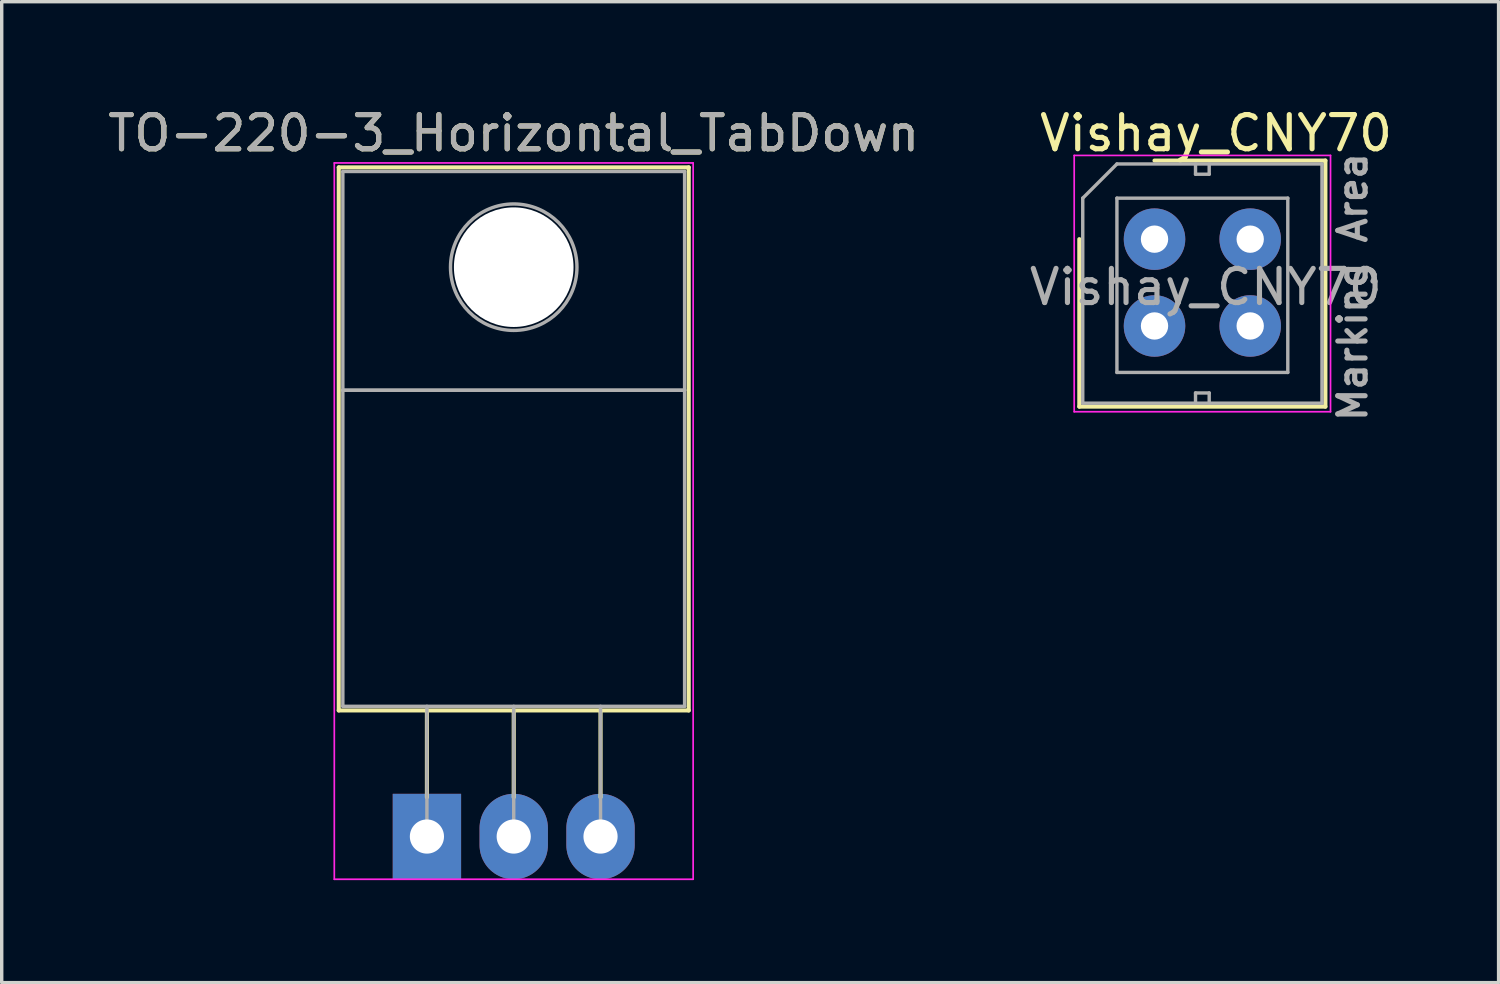
<source format=kicad_pcb>
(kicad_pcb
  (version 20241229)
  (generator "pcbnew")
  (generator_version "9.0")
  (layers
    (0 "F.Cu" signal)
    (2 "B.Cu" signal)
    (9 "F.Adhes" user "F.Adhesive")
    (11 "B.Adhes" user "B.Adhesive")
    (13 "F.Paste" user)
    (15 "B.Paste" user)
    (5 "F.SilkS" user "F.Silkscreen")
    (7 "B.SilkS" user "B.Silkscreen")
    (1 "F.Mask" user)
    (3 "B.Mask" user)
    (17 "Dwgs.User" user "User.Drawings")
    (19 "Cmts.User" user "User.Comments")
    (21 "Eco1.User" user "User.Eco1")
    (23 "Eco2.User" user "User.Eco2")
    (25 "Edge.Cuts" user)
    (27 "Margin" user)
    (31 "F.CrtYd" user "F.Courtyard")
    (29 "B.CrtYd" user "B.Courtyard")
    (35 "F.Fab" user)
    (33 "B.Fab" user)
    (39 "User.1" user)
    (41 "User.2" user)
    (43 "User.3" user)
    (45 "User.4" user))
  (footprint "TO-220-3_Horizontal_TabDown"
    (layer "F.Cu")
    (at 9.442 21.428)
    (property "Reference" "TO-220-3_Horizontal_TabDown" (at 2.54 -20.58 0) (layer "F.SilkS") (effects (font (size 1 1) (thickness 0.15))))
    (attr through_hole)
    (fp_line (start -2.58 -19.58) (end -2.58 -3.69) (stroke (width 0.12) (type solid)) (layer "F.SilkS"))
    (fp_line (start -2.58 -19.58) (end 7.66 -19.58) (stroke (width 0.12) (type solid)) (layer "F.SilkS"))
    (fp_line (start -2.58 -3.69) (end 7.66 -3.69) (stroke (width 0.12) (type solid)) (layer "F.SilkS"))
    (fp_line (start 0 -3.69) (end 0 -1.15) (stroke (width 0.12) (type solid)) (layer "F.SilkS"))
    (fp_line (start 2.54 -3.69) (end 2.54 -1.15) (stroke (width 0.12) (type solid)) (layer "F.SilkS"))
    (fp_line (start 5.08 -3.69) (end 5.08 -1.15) (stroke (width 0.12) (type solid)) (layer "F.SilkS"))
    (fp_line (start 7.66 -19.58) (end 7.66 -3.69) (stroke (width 0.12) (type solid)) (layer "F.SilkS"))
    (fp_line (start -2.71 -19.71) (end -2.71 1.25) (stroke (width 0.05) (type solid)) (layer "F.CrtYd"))
    (fp_line (start -2.71 1.25) (end 7.79 1.25) (stroke (width 0.05) (type solid)) (layer "F.CrtYd"))
    (fp_line (start 7.79 -19.71) (end -2.71 -19.71) (stroke (width 0.05) (type solid)) (layer "F.CrtYd"))
    (fp_line (start 7.79 1.25) (end 7.79 -19.71) (stroke (width 0.05) (type solid)) (layer "F.CrtYd"))
    (fp_line (start -2.46 -19.46) (end 7.54 -19.46) (stroke (width 0.1) (type solid)) (layer "F.Fab"))
    (fp_line (start -2.46 -13.06) (end -2.46 -19.46) (stroke (width 0.1) (type solid)) (layer "F.Fab"))
    (fp_line (start -2.46 -13.06) (end 7.54 -13.06) (stroke (width 0.1) (type solid)) (layer "F.Fab"))
    (fp_line (start -2.46 -3.81) (end -2.46 -13.06) (stroke (width 0.1) (type solid)) (layer "F.Fab"))
    (fp_line (start 0 -3.81) (end 0 0) (stroke (width 0.1) (type solid)) (layer "F.Fab"))
    (fp_line (start 2.54 -3.81) (end 2.54 0) (stroke (width 0.1) (type solid)) (layer "F.Fab"))
    (fp_line (start 5.08 -3.81) (end 5.08 0) (stroke (width 0.1) (type solid)) (layer "F.Fab"))
    (fp_line (start 7.54 -19.46) (end 7.54 -13.06) (stroke (width 0.1) (type solid)) (layer "F.Fab"))
    (fp_line (start 7.54 -13.06) (end -2.46 -13.06) (stroke (width 0.1) (type solid)) (layer "F.Fab"))
    (fp_line (start 7.54 -13.06) (end 7.54 -3.81) (stroke (width 0.1) (type solid)) (layer "F.Fab"))
    (fp_line (start 7.54 -3.81) (end -2.46 -3.81) (stroke (width 0.1) (type solid)) (layer "F.Fab"))
    (fp_circle (center 2.54 -16.66) (end 4.39 -16.66) (stroke (width 0.1) (type solid)) (fill no) (layer "F.Fab"))
    (fp_text user "${REFERENCE}" (at 2.54 -20.58 0) (layer "F.Fab") (effects (font (size 1 1) (thickness 0.15))))
    (pad "" np_thru_hole oval (at 2.54 -16.66) (size 3.5 3.5) (drill 3.5) (layers "*.Cu" "*.Mask"))
    (pad "1" thru_hole rect (at 0 0) (size 2 2.5) (drill 1) (layers "*.Cu" "*.Mask"))
    (pad "2" thru_hole oval (at 2.54 0) (size 2 2.5) (drill 1) (layers "*.Cu" "*.Mask"))
    (pad "3" thru_hole oval (at 5.08 0) (size 2 2.5) (drill 1) (layers "*.Cu" "*.Mask")))
  (footprint "Vishay_CNY70"
    (layer "F.Cu")
    (at 30.732 3.948)
    (property "Reference" "Vishay_CNY70" (at 1.8 -3.1 0) (layer "F.SilkS") (effects (font (size 1 1) (thickness 0.15))))
    (attr through_hole)
    (fp_line (start -2.2 0) (end -2.2 4.9) (stroke (width 0.12) (type solid)) (layer "F.SilkS"))
    (fp_line (start -2.2 4.9) (end 5 4.9) (stroke (width 0.12) (type solid)) (layer "F.SilkS"))
    (fp_line (start 5 -2.3) (end 0 -2.3) (stroke (width 0.12) (type solid)) (layer "F.SilkS"))
    (fp_line (start 5 4.9) (end 5 -2.3) (stroke (width 0.12) (type solid)) (layer "F.SilkS"))
    (fp_line (start -2.35 -2.45) (end -2.35 5.05) (stroke (width 0.05) (type solid)) (layer "F.CrtYd"))
    (fp_line (start -2.35 -2.45) (end 5.15 -2.45) (stroke (width 0.05) (type solid)) (layer "F.CrtYd"))
    (fp_line (start 5.15 5.05) (end -2.35 5.05) (stroke (width 0.05) (type solid)) (layer "F.CrtYd"))
    (fp_line (start 5.15 5.05) (end 5.15 -2.45) (stroke (width 0.05) (type solid)) (layer "F.CrtYd"))
    (fp_line (start -2.1 -1.2) (end -1.1 -2.2) (stroke (width 0.1) (type solid)) (layer "F.Fab"))
    (fp_line (start -2.1 4.8) (end -2.1 -1.2) (stroke (width 0.1) (type solid)) (layer "F.Fab"))
    (fp_line (start -1.1 -2.2) (end 4.9 -2.2) (stroke (width 0.1) (type solid)) (layer "F.Fab"))
    (fp_line (start -1.1 -1.2) (end -1.1 3.9) (stroke (width 0.1) (type solid)) (layer "F.Fab"))
    (fp_line (start -1.1 3.9) (end 3.9 3.9) (stroke (width 0.1) (type solid)) (layer "F.Fab"))
    (fp_line (start 1.2 -2.2) (end 1.2 -1.9) (stroke (width 0.1) (type solid)) (layer "F.Fab"))
    (fp_line (start 1.2 -1.9) (end 1.6 -1.9) (stroke (width 0.1) (type solid)) (layer "F.Fab"))
    (fp_line (start 1.2 4.5) (end 1.2 4.8) (stroke (width 0.1) (type solid)) (layer "F.Fab"))
    (fp_line (start 1.6 -1.9) (end 1.6 -2.2) (stroke (width 0.1) (type solid)) (layer "F.Fab"))
    (fp_line (start 1.6 4.5) (end 1.2 4.5) (stroke (width 0.1) (type solid)) (layer "F.Fab"))
    (fp_line (start 1.6 4.8) (end 1.6 4.5) (stroke (width 0.1) (type solid)) (layer "F.Fab"))
    (fp_line (start 3.9 -1.2) (end -1.1 -1.2) (stroke (width 0.1) (type solid)) (layer "F.Fab"))
    (fp_line (start 3.9 3.9) (end 3.9 -1.2) (stroke (width 0.1) (type solid)) (layer "F.Fab"))
    (fp_line (start 4.9 -2.2) (end 4.9 4.8) (stroke (width 0.1) (type solid)) (layer "F.Fab"))
    (fp_line (start 4.9 4.8) (end -2.1 4.8) (stroke (width 0.1) (type solid)) (layer "F.Fab"))
    (fp_text user "${REFERENCE}" (at 1.5 1.4 0) (layer "F.Fab") (effects (font (size 1 1) (thickness 0.15))))
    (fp_text user "Marking Area" (at 5.8 1.4 90) (layer "F.Fab") (effects (font (size 0.8 0.8) (thickness 0.15))))
    (pad "1" thru_hole circle (at 0 0) (size 1.8 1.8) (drill 0.8) (layers "*.Cu" "*.Mask"))
    (pad "2" thru_hole circle (at 0 2.54) (size 1.8 1.8) (drill 0.8) (layers "*.Cu" "*.Mask"))
    (pad "3" thru_hole circle (at 2.8 2.54) (size 1.8 1.8) (drill 0.8) (layers "*.Cu" "*.Mask"))
    (pad "4" thru_hole circle (at 2.8 0) (size 1.8 1.8) (drill 0.8) (layers "*.Cu" "*.Mask")))
  (gr_rect
    (start -3 -3)
    (end 40.8 25.703)
    (stroke (width 0.1) (type default))
    (fill no)
    (layer "Edge.Cuts")))
</source>
